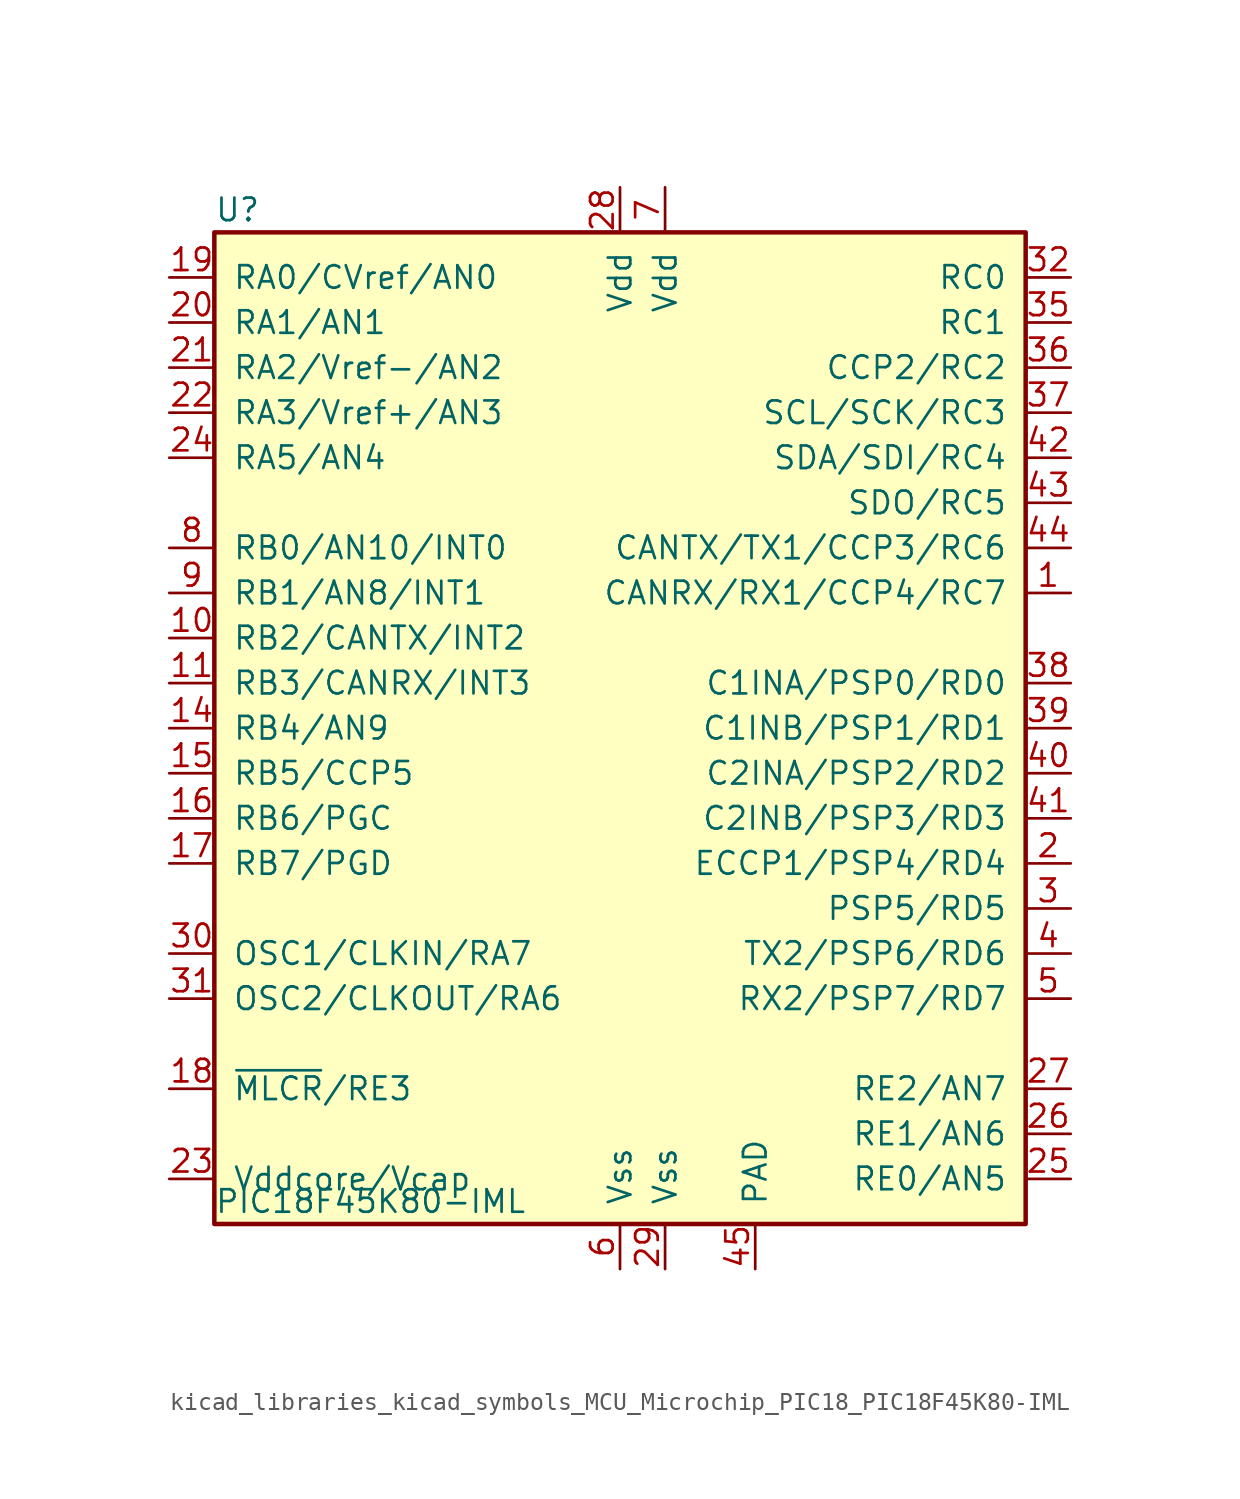
<source format=kicad_sym>
(kicad_symbol_lib
  (version 20220914)
  (generator kicad_symbol_editor)
  (symbol "kicad_libraries_kicad_symbols_MCU_Microchip_PIC18_PIC18F45K80-IML"
    (pin_names
      (offset 1.016))
    (property "Reference" "U"
      (at -22.86 29.21 0)
      (effects (font (size 1.27 1.27)) (justify left)))
    (property "Value" "PIC18F45K80-IML"
      (at -22.86 -26.67 0)
      (effects (font (size 1.27 1.27)) (justify left)))
    (symbol "kicad_libraries_kicad_symbols_MCU_Microchip_PIC18_PIC18F45K80-IML_0_1"
      (rectangle (start -22.86 27.94) (end 22.86 -27.94) (stroke (width 0.254) (type default)) (fill (type background))))
    (symbol "kicad_libraries_kicad_symbols_MCU_Microchip_PIC18_PIC18F45K80-IML_1_1"
      (pin bidirectional line (at 25.4 7.62 180) (length 2.54) (name "CANRX/RX1/CCP4/RC7" (effects (font (size 1.27 1.27)))) (number "1" (effects (font (size 1.27 1.27)))))
      (pin bidirectional line (at -25.4 5.08 0) (length 2.54) (name "RB2/CANTX/INT2" (effects (font (size 1.27 1.27)))) (number "10" (effects (font (size 1.27 1.27)))))
      (pin bidirectional line (at -25.4 2.54 0) (length 2.54) (name "RB3/CANRX/INT3" (effects (font (size 1.27 1.27)))) (number "11" (effects (font (size 1.27 1.27)))))
      (pin no_connect line (at -10.16 -27.94 90) (length 2.54) hide (name "NC" (effects (font (size 1.27 1.27)))) (number "12" (effects (font (size 1.27 1.27)))))
      (pin no_connect line (at -7.62 -27.94 90) (length 2.54) hide (name "NC" (effects (font (size 1.27 1.27)))) (number "13" (effects (font (size 1.27 1.27)))))
      (pin bidirectional line (at -25.4 0 0) (length 2.54) (name "RB4/AN9" (effects (font (size 1.27 1.27)))) (number "14" (effects (font (size 1.27 1.27)))))
      (pin bidirectional line (at -25.4 -2.54 0) (length 2.54) (name "RB5/CCP5" (effects (font (size 1.27 1.27)))) (number "15" (effects (font (size 1.27 1.27)))))
      (pin bidirectional line (at -25.4 -5.08 0) (length 2.54) (name "RB6/PGC" (effects (font (size 1.27 1.27)))) (number "16" (effects (font (size 1.27 1.27)))))
      (pin bidirectional line (at -25.4 -7.62 0) (length 2.54) (name "RB7/PGD" (effects (font (size 1.27 1.27)))) (number "17" (effects (font (size 1.27 1.27)))))
      (pin bidirectional line (at -25.4 -20.32 0) (length 2.54) (name "~{MLCR}/RE3" (effects (font (size 1.27 1.27)))) (number "18" (effects (font (size 1.27 1.27)))))
      (pin bidirectional line (at -25.4 25.4 0) (length 2.54) (name "RA0/CVref/AN0" (effects (font (size 1.27 1.27)))) (number "19" (effects (font (size 1.27 1.27)))))
      (pin bidirectional line (at 25.4 -7.62 180) (length 2.54) (name "ECCP1/PSP4/RD4" (effects (font (size 1.27 1.27)))) (number "2" (effects (font (size 1.27 1.27)))))
      (pin bidirectional line (at -25.4 22.86 0) (length 2.54) (name "RA1/AN1" (effects (font (size 1.27 1.27)))) (number "20" (effects (font (size 1.27 1.27)))))
      (pin bidirectional line (at -25.4 20.32 0) (length 2.54) (name "RA2/Vref-/AN2" (effects (font (size 1.27 1.27)))) (number "21" (effects (font (size 1.27 1.27)))))
      (pin bidirectional line (at -25.4 17.78 0) (length 2.54) (name "RA3/Vref+/AN3" (effects (font (size 1.27 1.27)))) (number "22" (effects (font (size 1.27 1.27)))))
      (pin power_in line (at -25.4 -25.4 0) (length 2.54) (name "Vddcore/Vcap" (effects (font (size 1.27 1.27)))) (number "23" (effects (font (size 1.27 1.27)))))
      (pin bidirectional line (at -25.4 15.24 0) (length 2.54) (name "RA5/AN4" (effects (font (size 1.27 1.27)))) (number "24" (effects (font (size 1.27 1.27)))))
      (pin bidirectional line (at 25.4 -25.4 180) (length 2.54) (name "RE0/AN5" (effects (font (size 1.27 1.27)))) (number "25" (effects (font (size 1.27 1.27)))))
      (pin bidirectional line (at 25.4 -22.86 180) (length 2.54) (name "RE1/AN6" (effects (font (size 1.27 1.27)))) (number "26" (effects (font (size 1.27 1.27)))))
      (pin bidirectional line (at 25.4 -20.32 180) (length 2.54) (name "RE2/AN7" (effects (font (size 1.27 1.27)))) (number "27" (effects (font (size 1.27 1.27)))))
      (pin power_in line (at 0 30.48 270) (length 2.54) (name "Vdd" (effects (font (size 1.27 1.27)))) (number "28" (effects (font (size 1.27 1.27)))))
      (pin power_in line (at 2.54 -30.48 90) (length 2.54) (name "Vss" (effects (font (size 1.27 1.27)))) (number "29" (effects (font (size 1.27 1.27)))))
      (pin bidirectional line (at 25.4 -10.16 180) (length 2.54) (name "PSP5/RD5" (effects (font (size 1.27 1.27)))) (number "3" (effects (font (size 1.27 1.27)))))
      (pin input line (at -25.4 -12.7 0) (length 2.54) (name "OSC1/CLKIN/RA7" (effects (font (size 1.27 1.27)))) (number "30" (effects (font (size 1.27 1.27)))))
      (pin input line (at -25.4 -15.24 0) (length 2.54) (name "OSC2/CLKOUT/RA6" (effects (font (size 1.27 1.27)))) (number "31" (effects (font (size 1.27 1.27)))))
      (pin bidirectional line (at 25.4 25.4 180) (length 2.54) (name "RC0" (effects (font (size 1.27 1.27)))) (number "32" (effects (font (size 1.27 1.27)))))
      (pin no_connect line (at -5.08 -27.94 90) (length 2.54) hide (name "NC" (effects (font (size 1.27 1.27)))) (number "33" (effects (font (size 1.27 1.27)))))
      (pin no_connect line (at -2.54 -27.94 90) (length 2.54) hide (name "NC" (effects (font (size 1.27 1.27)))) (number "34" (effects (font (size 1.27 1.27)))))
      (pin bidirectional line (at 25.4 22.86 180) (length 2.54) (name "RC1" (effects (font (size 1.27 1.27)))) (number "35" (effects (font (size 1.27 1.27)))))
      (pin bidirectional line (at 25.4 20.32 180) (length 2.54) (name "CCP2/RC2" (effects (font (size 1.27 1.27)))) (number "36" (effects (font (size 1.27 1.27)))))
      (pin bidirectional line (at 25.4 17.78 180) (length 2.54) (name "SCL/SCK/RC3" (effects (font (size 1.27 1.27)))) (number "37" (effects (font (size 1.27 1.27)))))
      (pin bidirectional line (at 25.4 2.54 180) (length 2.54) (name "C1INA/PSP0/RD0" (effects (font (size 1.27 1.27)))) (number "38" (effects (font (size 1.27 1.27)))))
      (pin bidirectional line (at 25.4 0 180) (length 2.54) (name "C1INB/PSP1/RD1" (effects (font (size 1.27 1.27)))) (number "39" (effects (font (size 1.27 1.27)))))
      (pin bidirectional line (at 25.4 -12.7 180) (length 2.54) (name "TX2/PSP6/RD6" (effects (font (size 1.27 1.27)))) (number "4" (effects (font (size 1.27 1.27)))))
      (pin bidirectional line (at 25.4 -2.54 180) (length 2.54) (name "C2INA/PSP2/RD2" (effects (font (size 1.27 1.27)))) (number "40" (effects (font (size 1.27 1.27)))))
      (pin bidirectional line (at 25.4 -5.08 180) (length 2.54) (name "C2INB/PSP3/RD3" (effects (font (size 1.27 1.27)))) (number "41" (effects (font (size 1.27 1.27)))))
      (pin bidirectional line (at 25.4 15.24 180) (length 2.54) (name "SDA/SDI/RC4" (effects (font (size 1.27 1.27)))) (number "42" (effects (font (size 1.27 1.27)))))
      (pin bidirectional line (at 25.4 12.7 180) (length 2.54) (name "SDO/RC5" (effects (font (size 1.27 1.27)))) (number "43" (effects (font (size 1.27 1.27)))))
      (pin bidirectional line (at 25.4 10.16 180) (length 2.54) (name "CANTX/TX1/CCP3/RC6" (effects (font (size 1.27 1.27)))) (number "44" (effects (font (size 1.27 1.27)))))
      (pin power_in line (at 7.62 -30.48 90) (length 2.54) (name "PAD" (effects (font (size 1.27 1.27)))) (number "45" (effects (font (size 1.27 1.27)))))
      (pin bidirectional line (at 25.4 -15.24 180) (length 2.54) (name "RX2/PSP7/RD7" (effects (font (size 1.27 1.27)))) (number "5" (effects (font (size 1.27 1.27)))))
      (pin power_in line (at 0 -30.48 90) (length 2.54) (name "Vss" (effects (font (size 1.27 1.27)))) (number "6" (effects (font (size 1.27 1.27)))))
      (pin power_in line (at 2.54 30.48 270) (length 2.54) (name "Vdd" (effects (font (size 1.27 1.27)))) (number "7" (effects (font (size 1.27 1.27)))))
      (pin bidirectional line (at -25.4 10.16 0) (length 2.54) (name "RB0/AN10/INT0" (effects (font (size 1.27 1.27)))) (number "8" (effects (font (size 1.27 1.27)))))
      (pin bidirectional line (at -25.4 7.62 0) (length 2.54) (name "RB1/AN8/INT1" (effects (font (size 1.27 1.27)))) (number "9" (effects (font (size 1.27 1.27))))))))
</source>
